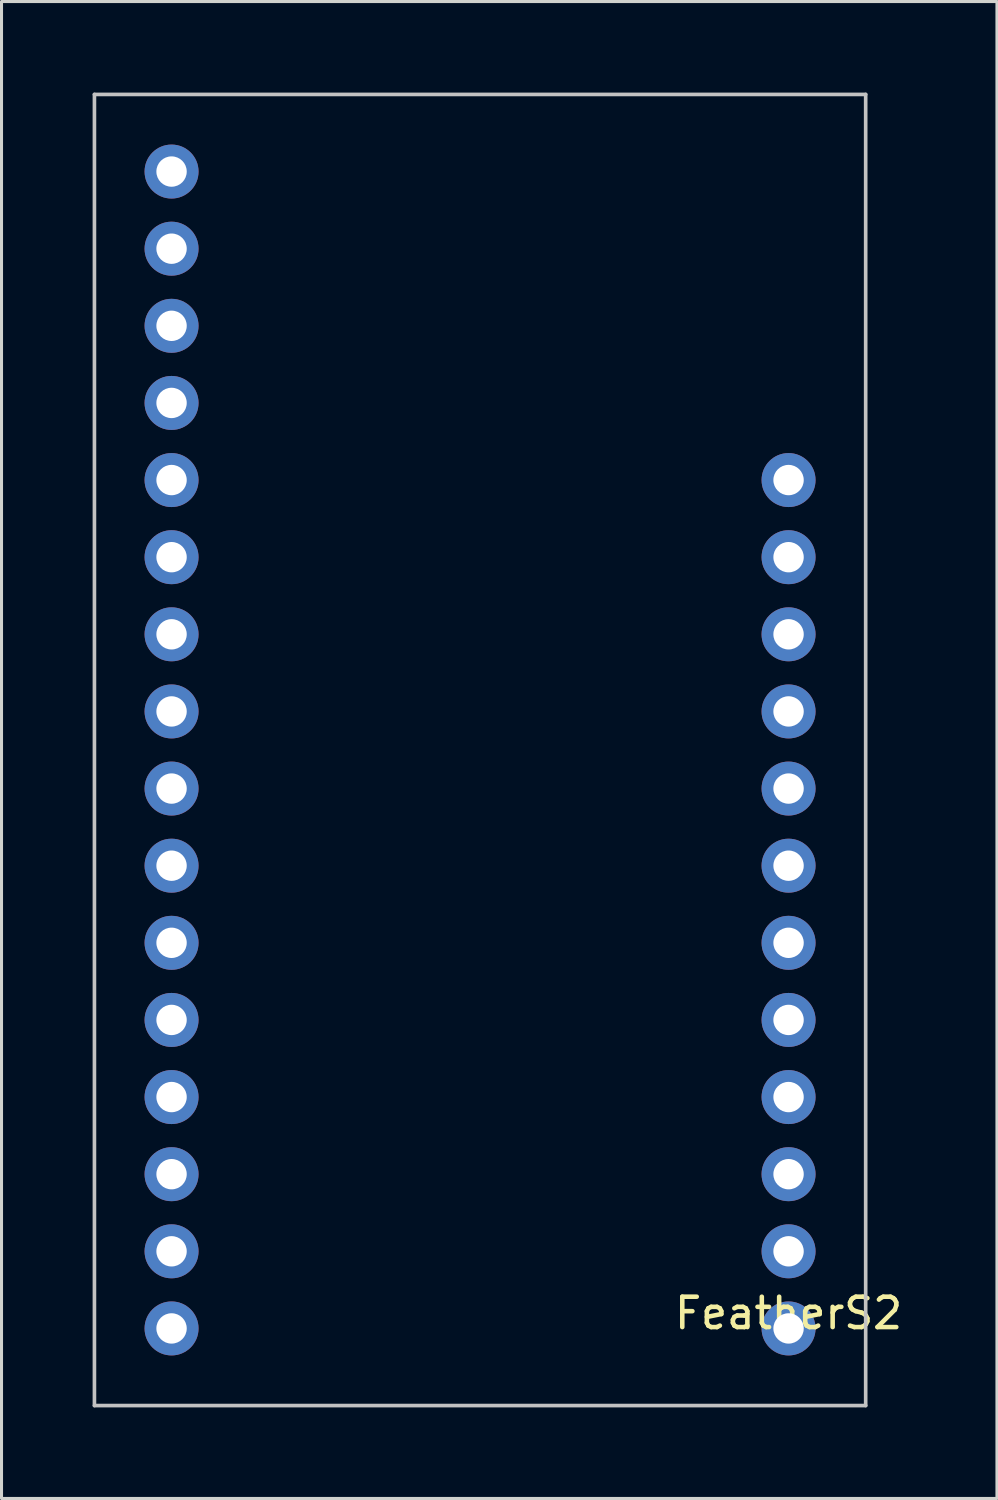
<source format=kicad_pcb>
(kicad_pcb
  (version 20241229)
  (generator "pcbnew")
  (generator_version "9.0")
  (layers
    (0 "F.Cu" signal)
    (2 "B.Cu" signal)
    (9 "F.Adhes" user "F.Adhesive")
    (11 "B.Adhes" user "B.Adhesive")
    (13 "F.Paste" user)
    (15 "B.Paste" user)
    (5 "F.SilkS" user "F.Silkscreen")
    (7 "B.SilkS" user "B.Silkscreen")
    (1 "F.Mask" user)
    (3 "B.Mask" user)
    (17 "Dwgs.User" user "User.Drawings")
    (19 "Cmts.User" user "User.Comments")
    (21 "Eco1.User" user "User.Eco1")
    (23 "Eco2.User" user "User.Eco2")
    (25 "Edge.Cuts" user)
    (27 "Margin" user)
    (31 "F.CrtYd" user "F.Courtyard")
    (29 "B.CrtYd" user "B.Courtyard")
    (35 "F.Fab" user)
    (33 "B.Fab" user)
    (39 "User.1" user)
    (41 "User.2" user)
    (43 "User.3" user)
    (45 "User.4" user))
  (footprint "FeatherS2"
    (layer "F.Cu")
    (at 12.76 21.65)
    (property "Reference" "FeatherS2" (at 10.16 18.55 180) (layer "F.SilkS") (effects (font (size 1 1) (thickness 0.15))))
    (attr through_hole)
    (fp_line (start -12.7 -21.59) (end -12.7 21.59) (stroke (width 0.12) (type solid)) (layer "Dwgs.User"))
    (fp_line (start -12.7 21.59) (end 12.7 21.59) (stroke (width 0.12) (type solid)) (layer "Dwgs.User"))
    (fp_line (start 12.7 -21.59) (end -12.7 -21.59) (stroke (width 0.12) (type solid)) (layer "Dwgs.User"))
    (fp_line (start 12.7 21.59) (end 12.7 -21.59) (stroke (width 0.12) (type solid)) (layer "Dwgs.User"))
    (pad "1" thru_hole circle (at -10.16 -19.05 180) (size 1.778 1.778) (drill 1) (layers "*.Cu" "*.Mask"))
    (pad "2" thru_hole circle (at -10.16 -16.51 180) (size 1.778 1.778) (drill 1) (layers "*.Cu" "*.Mask"))
    (pad "3" thru_hole circle (at -10.16 -13.97 180) (size 1.778 1.778) (drill 1) (layers "*.Cu" "*.Mask"))
    (pad "4" thru_hole circle (at -10.16 -11.43 180) (size 1.778 1.778) (drill 1) (layers "*.Cu" "*.Mask"))
    (pad "5" thru_hole circle (at -10.16 -8.89 180) (size 1.778 1.778) (drill 1) (layers "*.Cu" "*.Mask"))
    (pad "6" thru_hole circle (at -10.16 -6.35 180) (size 1.778 1.778) (drill 1) (layers "*.Cu" "*.Mask"))
    (pad "7" thru_hole circle (at -10.16 -3.81 180) (size 1.778 1.778) (drill 1) (layers "*.Cu" "*.Mask"))
    (pad "8" thru_hole circle (at -10.16 -1.27 180) (size 1.778 1.778) (drill 1) (layers "*.Cu" "*.Mask"))
    (pad "9" thru_hole circle (at -10.16 1.27 180) (size 1.778 1.778) (drill 1) (layers "*.Cu" "*.Mask"))
    (pad "10" thru_hole circle (at -10.16 3.81 180) (size 1.778 1.778) (drill 1) (layers "*.Cu" "*.Mask"))
    (pad "11" thru_hole circle (at -10.16 6.35 180) (size 1.778 1.778) (drill 1) (layers "*.Cu" "*.Mask"))
    (pad "12" thru_hole circle (at -10.16 8.89 180) (size 1.778 1.778) (drill 1) (layers "*.Cu" "*.Mask"))
    (pad "13" thru_hole circle (at -10.16 11.43 180) (size 1.778 1.778) (drill 1) (layers "*.Cu" "*.Mask"))
    (pad "14" thru_hole circle (at -10.16 13.97 180) (size 1.778 1.778) (drill 1) (layers "*.Cu" "*.Mask"))
    (pad "15" thru_hole circle (at -10.16 16.51 180) (size 1.778 1.778) (drill 1) (layers "*.Cu" "*.Mask"))
    (pad "16" thru_hole circle (at -10.16 19.05 180) (size 1.778 1.778) (drill 1) (layers "*.Cu" "*.Mask"))
    (pad "17" thru_hole circle (at 10.16 19.05 180) (size 1.778 1.778) (drill 1) (layers "*.Cu" "*.Mask"))
    (pad "18" thru_hole circle (at 10.16 16.51 180) (size 1.778 1.778) (drill 1) (layers "*.Cu" "*.Mask"))
    (pad "19" thru_hole circle (at 10.16 13.97 180) (size 1.778 1.778) (drill 1) (layers "*.Cu" "*.Mask"))
    (pad "20" thru_hole circle (at 10.16 11.43 180) (size 1.778 1.778) (drill 1) (layers "*.Cu" "*.Mask"))
    (pad "21" thru_hole circle (at 10.16 8.89 180) (size 1.778 1.778) (drill 1) (layers "*.Cu" "*.Mask"))
    (pad "22" thru_hole circle (at 10.16 6.35 180) (size 1.778 1.778) (drill 1) (layers "*.Cu" "*.Mask"))
    (pad "23" thru_hole circle (at 10.16 3.81 180) (size 1.778 1.778) (drill 1) (layers "*.Cu" "*.Mask"))
    (pad "24" thru_hole circle (at 10.16 1.27 180) (size 1.778 1.778) (drill 1) (layers "*.Cu" "*.Mask"))
    (pad "25" thru_hole circle (at 10.16 -1.27 180) (size 1.778 1.778) (drill 1) (layers "*.Cu" "*.Mask"))
    (pad "26" thru_hole circle (at 10.16 -3.81 180) (size 1.778 1.778) (drill 1) (layers "*.Cu" "*.Mask"))
    (pad "27" thru_hole circle (at 10.16 -6.35 180) (size 1.778 1.778) (drill 1) (layers "*.Cu" "*.Mask"))
    (pad "28" thru_hole circle (at 10.16 -8.89 180) (size 1.778 1.778) (drill 1) (layers "*.Cu" "*.Mask")))
  (gr_rect
    (start -3 -3)
    (end 29.783 46.3)
    (stroke (width 0.1) (type default))
    (fill no)
    (layer "Edge.Cuts")))
</source>
